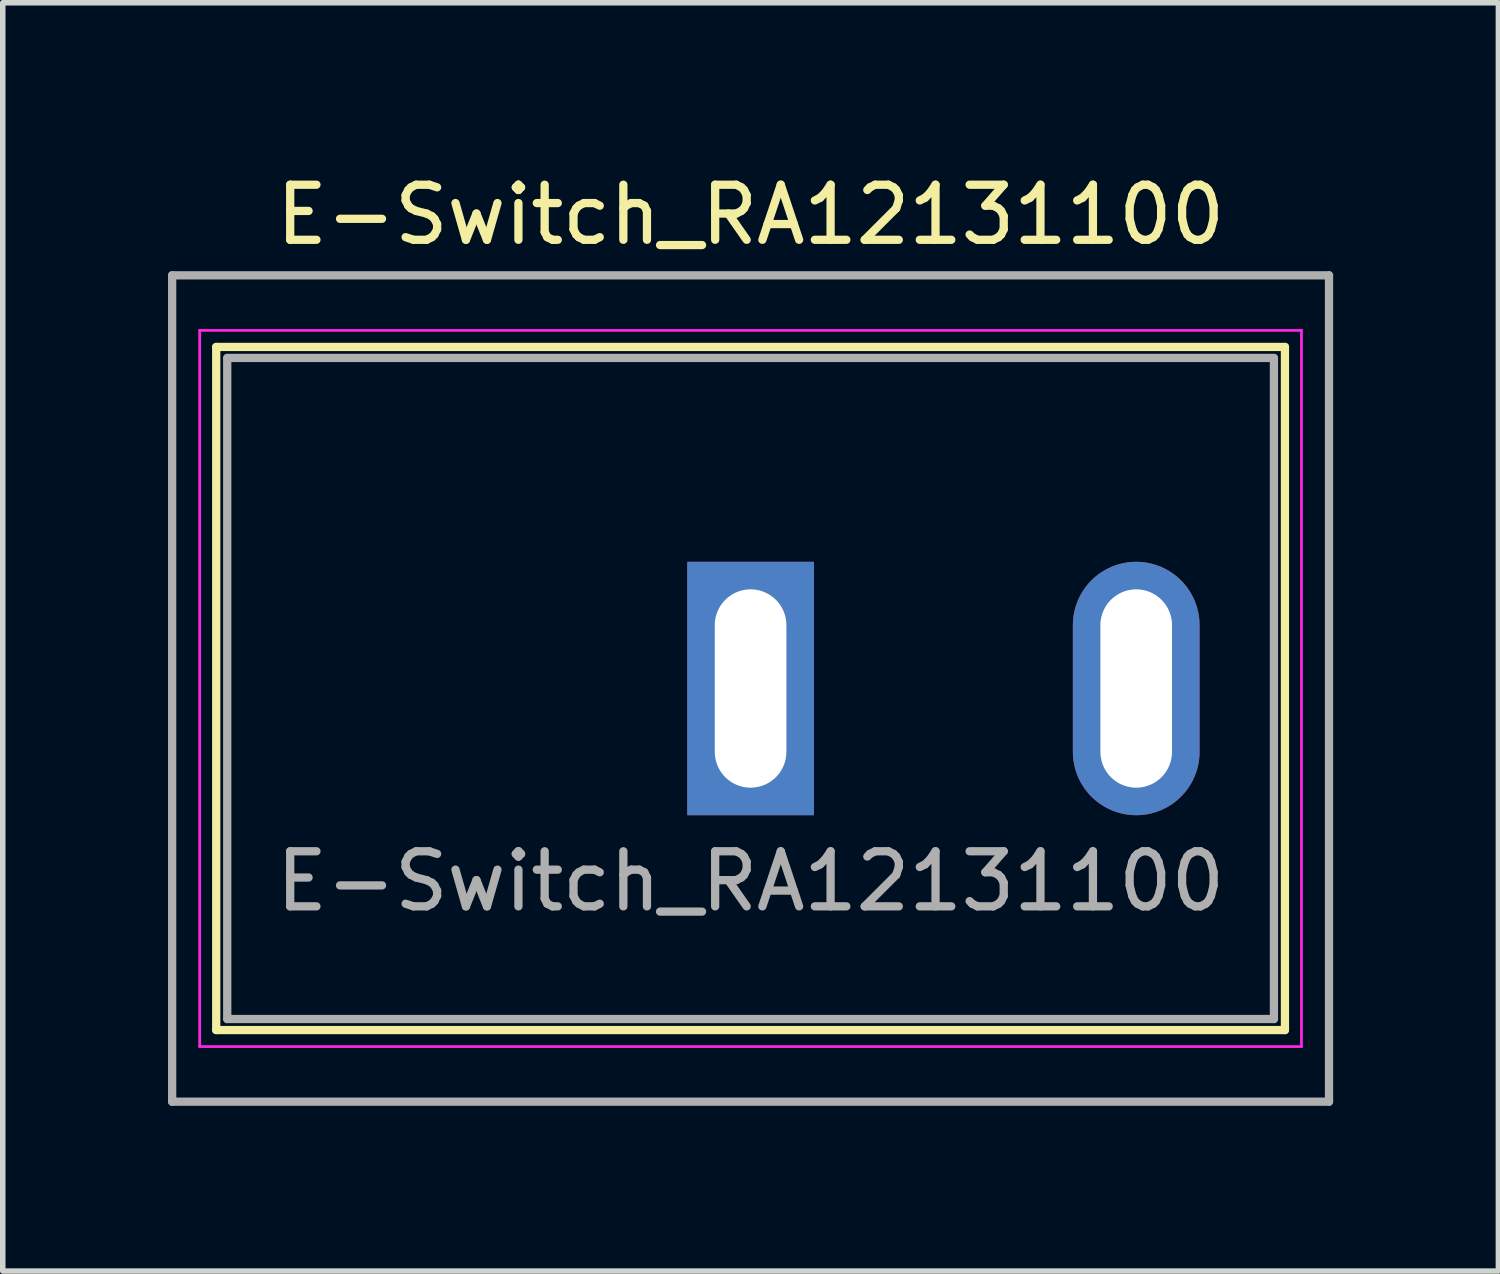
<source format=kicad_pcb>
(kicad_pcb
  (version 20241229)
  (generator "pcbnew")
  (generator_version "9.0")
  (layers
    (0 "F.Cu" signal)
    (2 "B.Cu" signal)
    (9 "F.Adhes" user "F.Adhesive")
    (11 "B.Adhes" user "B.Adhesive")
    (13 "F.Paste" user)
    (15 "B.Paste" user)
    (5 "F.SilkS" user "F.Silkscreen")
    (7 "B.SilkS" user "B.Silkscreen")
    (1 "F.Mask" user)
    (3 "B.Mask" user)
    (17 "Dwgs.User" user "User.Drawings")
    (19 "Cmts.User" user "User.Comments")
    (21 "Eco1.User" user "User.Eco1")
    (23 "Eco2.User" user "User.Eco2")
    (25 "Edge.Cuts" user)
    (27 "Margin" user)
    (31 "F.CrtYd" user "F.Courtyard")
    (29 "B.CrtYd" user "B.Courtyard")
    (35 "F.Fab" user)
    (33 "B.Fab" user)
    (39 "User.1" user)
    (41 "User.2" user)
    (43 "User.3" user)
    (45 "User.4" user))
  (footprint "E-Switch_RA12131100"
    (layer "F.Cu")
    (at 10.575 9.448)
    (property "Reference" "E-Switch_RA12131100" (at 0 -8.6 0) (layer "F.SilkS") (effects (font (size 1 1) (thickness 0.15))))
    (attr through_hole)
    (fp_line (start -9.7 -6.2) (end -9.7 6.2) (stroke (width 0.15) (type solid)) (layer "F.SilkS"))
    (fp_line (start -9.7 6.2) (end 9.7 6.2) (stroke (width 0.15) (type solid)) (layer "F.SilkS"))
    (fp_line (start 9.7 -6.2) (end -9.7 -6.2) (stroke (width 0.15) (type solid)) (layer "F.SilkS"))
    (fp_line (start 9.7 6.2) (end 9.7 -6.2) (stroke (width 0.15) (type solid)) (layer "F.SilkS"))
    (fp_line (start -10 -6.5) (end -10 6.5) (stroke (width 0.05) (type solid)) (layer "F.CrtYd"))
    (fp_line (start -10 6.5) (end 10 6.5) (stroke (width 0.05) (type solid)) (layer "F.CrtYd"))
    (fp_line (start 10 -6.5) (end -10 -6.5) (stroke (width 0.05) (type solid)) (layer "F.CrtYd"))
    (fp_line (start 10 6.5) (end 10 -6.5) (stroke (width 0.05) (type solid)) (layer "F.CrtYd"))
    (fp_line (start -10.5 -7.5) (end -10.5 7.5) (stroke (width 0.15) (type solid)) (layer "F.Fab"))
    (fp_line (start -10.5 7.5) (end 10.5 7.5) (stroke (width 0.15) (type solid)) (layer "F.Fab"))
    (fp_line (start -9.5 -6) (end -9.5 6) (stroke (width 0.15) (type solid)) (layer "F.Fab"))
    (fp_line (start -9.5 6) (end 9.5 6) (stroke (width 0.15) (type solid)) (layer "F.Fab"))
    (fp_line (start 9.5 -6) (end -9.5 -6) (stroke (width 0.15) (type solid)) (layer "F.Fab"))
    (fp_line (start 9.5 6) (end 9.5 -6) (stroke (width 0.15) (type solid)) (layer "F.Fab"))
    (fp_line (start 10.5 -7.5) (end -10.5 -7.5) (stroke (width 0.15) (type solid)) (layer "F.Fab"))
    (fp_line (start 10.5 7.5) (end 10.5 -7.5) (stroke (width 0.15) (type solid)) (layer "F.Fab"))
    (fp_text user "${REFERENCE}" (at 0 3.5 0) (layer "F.Fab") (effects (font (size 1 1) (thickness 0.15))))
    (pad "1" thru_hole rect (at 0 0) (size 2.3 4.6) (drill oval 1.3 3.6) (layers "*.Cu" "*.Mask"))
    (pad "2" thru_hole oval (at 7 0) (size 2.3 4.6) (drill oval 1.3 3.6) (layers "*.Cu" "*.Mask")))
  (gr_rect
    (start -3 -3)
    (end 24.15 20.023)
    (stroke (width 0.1) (type default))
    (fill no)
    (layer "Edge.Cuts")))
</source>
